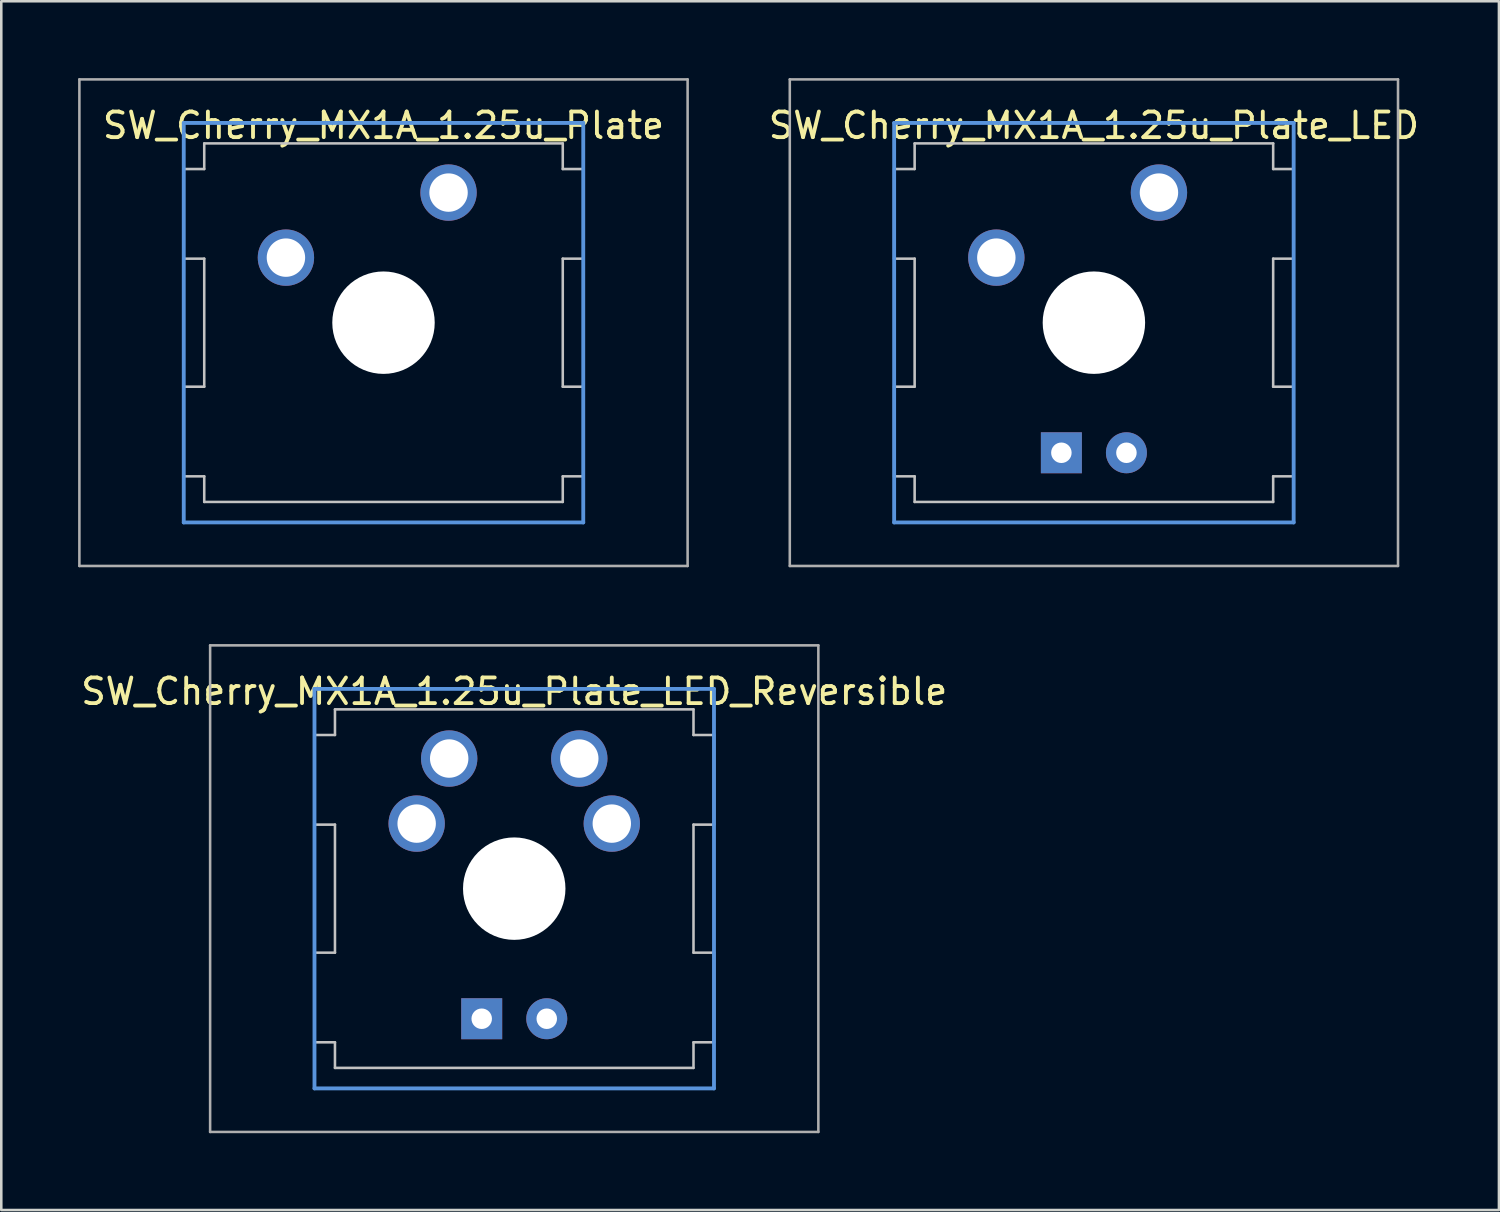
<source format=kicad_pcb>
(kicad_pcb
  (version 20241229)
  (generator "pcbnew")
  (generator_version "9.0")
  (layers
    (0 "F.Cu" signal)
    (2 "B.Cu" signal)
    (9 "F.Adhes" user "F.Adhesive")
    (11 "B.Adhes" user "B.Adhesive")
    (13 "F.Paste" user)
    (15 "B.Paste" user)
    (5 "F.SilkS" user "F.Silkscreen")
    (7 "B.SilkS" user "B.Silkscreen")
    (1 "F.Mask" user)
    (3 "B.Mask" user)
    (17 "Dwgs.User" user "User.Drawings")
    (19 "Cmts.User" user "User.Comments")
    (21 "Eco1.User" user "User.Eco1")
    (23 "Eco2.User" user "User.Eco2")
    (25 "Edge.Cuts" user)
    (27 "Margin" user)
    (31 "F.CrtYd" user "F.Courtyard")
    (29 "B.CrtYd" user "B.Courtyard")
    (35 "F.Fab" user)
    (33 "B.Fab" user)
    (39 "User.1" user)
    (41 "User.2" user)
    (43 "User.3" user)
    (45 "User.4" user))
  (footprint "SW_Cherry_MX1A_1.25u_Plate"
    (layer "F.Cu")
    (at 11.925 9.55)
    (property "Reference" "SW_Cherry_MX1A_1.25u_Plate" (at 0 -7.7 0) (layer "F.SilkS") (effects (font (size 1 1) (thickness 0.15))))
    (attr through_hole)
    (fp_line (start -7.8 -6) (end -7 -6) (stroke (width 0.1) (type solid)) (layer "Dwgs.User"))
    (fp_line (start -7.8 -2.5) (end -7.8 -6) (stroke (width 0.1) (type solid)) (layer "Dwgs.User"))
    (fp_line (start -7.8 -2.5) (end -7 -2.5) (stroke (width 0.1) (type solid)) (layer "Dwgs.User"))
    (fp_line (start -7.8 2.5) (end -7 2.5) (stroke (width 0.1) (type solid)) (layer "Dwgs.User"))
    (fp_line (start -7.8 6) (end -7.8 2.5) (stroke (width 0.1) (type solid)) (layer "Dwgs.User"))
    (fp_line (start -7.8 6) (end -7 6) (stroke (width 0.1) (type solid)) (layer "Dwgs.User"))
    (fp_line (start -7 -7) (end 7 -7) (stroke (width 0.1) (type solid)) (layer "Dwgs.User"))
    (fp_line (start -7 -6) (end -7 -7) (stroke (width 0.1) (type solid)) (layer "Dwgs.User"))
    (fp_line (start -7 -2.5) (end -7 2.5) (stroke (width 0.1) (type solid)) (layer "Dwgs.User"))
    (fp_line (start -7 7) (end -7 6) (stroke (width 0.1) (type solid)) (layer "Dwgs.User"))
    (fp_line (start -7 7) (end 7 7) (stroke (width 0.1) (type solid)) (layer "Dwgs.User"))
    (fp_line (start 7 -6) (end 7 -7) (stroke (width 0.1) (type solid)) (layer "Dwgs.User"))
    (fp_line (start 7 -6) (end 7.8 -6) (stroke (width 0.1) (type solid)) (layer "Dwgs.User"))
    (fp_line (start 7 -2.5) (end 7 2.5) (stroke (width 0.1) (type solid)) (layer "Dwgs.User"))
    (fp_line (start 7 -2.5) (end 7.8 -2.5) (stroke (width 0.1) (type solid)) (layer "Dwgs.User"))
    (fp_line (start 7 2.5) (end 7.8 2.5) (stroke (width 0.1) (type solid)) (layer "Dwgs.User"))
    (fp_line (start 7 6) (end 7.8 6) (stroke (width 0.1) (type solid)) (layer "Dwgs.User"))
    (fp_line (start 7 7) (end 7 6) (stroke (width 0.1) (type solid)) (layer "Dwgs.User"))
    (fp_line (start 7.8 -2.5) (end 7.8 -6) (stroke (width 0.1) (type solid)) (layer "Dwgs.User"))
    (fp_line (start 7.8 6) (end 7.8 2.5) (stroke (width 0.1) (type solid)) (layer "Dwgs.User"))
    (fp_line (start -7.8 -7.8) (end 7.8 -7.8) (stroke (width 0.15) (type solid)) (layer "Cmts.User"))
    (fp_line (start -7.8 7.8) (end -7.8 -7.8) (stroke (width 0.15) (type solid)) (layer "Cmts.User"))
    (fp_line (start 7.8 -7.8) (end 7.8 7.8) (stroke (width 0.15) (type solid)) (layer "Cmts.User"))
    (fp_line (start 7.8 7.8) (end -7.8 7.8) (stroke (width 0.15) (type solid)) (layer "Cmts.User"))
    (fp_line (start -11.875 -9.5) (end 11.875 -9.5) (stroke (width 0.1) (type solid)) (layer "F.Fab"))
    (fp_line (start -11.875 9.5) (end -11.875 -9.5) (stroke (width 0.1) (type solid)) (layer "F.Fab"))
    (fp_line (start 11.875 -9.5) (end 11.875 9.5) (stroke (width 0.1) (type solid)) (layer "F.Fab"))
    (fp_line (start 11.875 9.5) (end -11.875 9.5) (stroke (width 0.1) (type solid)) (layer "F.Fab"))
    (pad "" np_thru_hole circle (at 0 0) (size 4 4) (drill 4) (layers "*.Cu" "*.Mask"))
    (pad "1" thru_hole circle (at -3.81 -2.54) (size 2.2 2.2) (drill 1.5) (layers "*.Cu" "*.Mask"))
    (pad "2" thru_hole circle (at 2.54 -5.08) (size 2.2 2.2) (drill 1.5) (layers "*.Cu" "*.Mask")))
  (footprint "SW_Cherry_MX1A_1.25u_Plate_LED"
    (layer "F.Cu")
    (at 39.665 9.55)
    (property "Reference" "SW_Cherry_MX1A_1.25u_Plate_LED" (at 0 -7.7 0) (layer "F.SilkS") (effects (font (size 1 1) (thickness 0.15))))
    (attr through_hole)
    (fp_line (start -7.8 -6) (end -7 -6) (stroke (width 0.1) (type solid)) (layer "Dwgs.User"))
    (fp_line (start -7.8 -2.5) (end -7.8 -6) (stroke (width 0.1) (type solid)) (layer "Dwgs.User"))
    (fp_line (start -7.8 -2.5) (end -7 -2.5) (stroke (width 0.1) (type solid)) (layer "Dwgs.User"))
    (fp_line (start -7.8 2.5) (end -7 2.5) (stroke (width 0.1) (type solid)) (layer "Dwgs.User"))
    (fp_line (start -7.8 6) (end -7.8 2.5) (stroke (width 0.1) (type solid)) (layer "Dwgs.User"))
    (fp_line (start -7.8 6) (end -7 6) (stroke (width 0.1) (type solid)) (layer "Dwgs.User"))
    (fp_line (start -7 -7) (end 7 -7) (stroke (width 0.1) (type solid)) (layer "Dwgs.User"))
    (fp_line (start -7 -6) (end -7 -7) (stroke (width 0.1) (type solid)) (layer "Dwgs.User"))
    (fp_line (start -7 -2.5) (end -7 2.5) (stroke (width 0.1) (type solid)) (layer "Dwgs.User"))
    (fp_line (start -7 7) (end -7 6) (stroke (width 0.1) (type solid)) (layer "Dwgs.User"))
    (fp_line (start -7 7) (end 7 7) (stroke (width 0.1) (type solid)) (layer "Dwgs.User"))
    (fp_line (start 7 -6) (end 7 -7) (stroke (width 0.1) (type solid)) (layer "Dwgs.User"))
    (fp_line (start 7 -6) (end 7.8 -6) (stroke (width 0.1) (type solid)) (layer "Dwgs.User"))
    (fp_line (start 7 -2.5) (end 7 2.5) (stroke (width 0.1) (type solid)) (layer "Dwgs.User"))
    (fp_line (start 7 -2.5) (end 7.8 -2.5) (stroke (width 0.1) (type solid)) (layer "Dwgs.User"))
    (fp_line (start 7 2.5) (end 7.8 2.5) (stroke (width 0.1) (type solid)) (layer "Dwgs.User"))
    (fp_line (start 7 6) (end 7.8 6) (stroke (width 0.1) (type solid)) (layer "Dwgs.User"))
    (fp_line (start 7 7) (end 7 6) (stroke (width 0.1) (type solid)) (layer "Dwgs.User"))
    (fp_line (start 7.8 -2.5) (end 7.8 -6) (stroke (width 0.1) (type solid)) (layer "Dwgs.User"))
    (fp_line (start 7.8 6) (end 7.8 2.5) (stroke (width 0.1) (type solid)) (layer "Dwgs.User"))
    (fp_line (start -7.8 -7.8) (end 7.8 -7.8) (stroke (width 0.15) (type solid)) (layer "Cmts.User"))
    (fp_line (start -7.8 7.8) (end -7.8 -7.8) (stroke (width 0.15) (type solid)) (layer "Cmts.User"))
    (fp_line (start 7.8 -7.8) (end 7.8 7.8) (stroke (width 0.15) (type solid)) (layer "Cmts.User"))
    (fp_line (start 7.8 7.8) (end -7.8 7.8) (stroke (width 0.15) (type solid)) (layer "Cmts.User"))
    (fp_line (start -11.875 -9.5) (end 11.875 -9.5) (stroke (width 0.1) (type solid)) (layer "F.Fab"))
    (fp_line (start -11.875 9.5) (end -11.875 -9.5) (stroke (width 0.1) (type solid)) (layer "F.Fab"))
    (fp_line (start 11.875 -9.5) (end 11.875 9.5) (stroke (width 0.1) (type solid)) (layer "F.Fab"))
    (fp_line (start 11.875 9.5) (end -11.875 9.5) (stroke (width 0.1) (type solid)) (layer "F.Fab"))
    (pad "" np_thru_hole circle (at 0 0) (size 4 4) (drill 4) (layers "*.Cu" "*.Mask"))
    (pad "1" thru_hole circle (at -3.81 -2.54) (size 2.2 2.2) (drill 1.5) (layers "*.Cu" "*.Mask"))
    (pad "2" thru_hole rect (at -1.27 5.08) (size 1.6 1.6) (drill 0.8) (layers "*.Cu" "*.Mask"))
    (pad "3" thru_hole circle (at 1.27 5.08) (size 1.6 1.6) (drill 0.8) (layers "*.Cu" "*.Mask"))
    (pad "4" thru_hole circle (at 2.54 -5.08) (size 2.2 2.2) (drill 1.5) (layers "*.Cu" "*.Mask")))
  (footprint "SW_Cherry_MX1A_1.25u_Plate_LED_Reversible"
    (layer "F.Cu")
    (at 17.03 31.65)
    (property "Reference" "SW_Cherry_MX1A_1.25u_Plate_LED_Reversible" (at 0 -7.7 0) (layer "F.SilkS") (effects (font (size 1 1) (thickness 0.15))))
    (attr through_hole)
    (fp_line (start -7.8 -6) (end -7 -6) (stroke (width 0.1) (type solid)) (layer "Dwgs.User"))
    (fp_line (start -7.8 -2.5) (end -7.8 -6) (stroke (width 0.1) (type solid)) (layer "Dwgs.User"))
    (fp_line (start -7.8 -2.5) (end -7 -2.5) (stroke (width 0.1) (type solid)) (layer "Dwgs.User"))
    (fp_line (start -7.8 2.5) (end -7 2.5) (stroke (width 0.1) (type solid)) (layer "Dwgs.User"))
    (fp_line (start -7.8 6) (end -7.8 2.5) (stroke (width 0.1) (type solid)) (layer "Dwgs.User"))
    (fp_line (start -7.8 6) (end -7 6) (stroke (width 0.1) (type solid)) (layer "Dwgs.User"))
    (fp_line (start -7 -7) (end 7 -7) (stroke (width 0.1) (type solid)) (layer "Dwgs.User"))
    (fp_line (start -7 -6) (end -7 -7) (stroke (width 0.1) (type solid)) (layer "Dwgs.User"))
    (fp_line (start -7 -2.5) (end -7 2.5) (stroke (width 0.1) (type solid)) (layer "Dwgs.User"))
    (fp_line (start -7 7) (end -7 6) (stroke (width 0.1) (type solid)) (layer "Dwgs.User"))
    (fp_line (start -7 7) (end 7 7) (stroke (width 0.1) (type solid)) (layer "Dwgs.User"))
    (fp_line (start 7 -6) (end 7 -7) (stroke (width 0.1) (type solid)) (layer "Dwgs.User"))
    (fp_line (start 7 -6) (end 7.8 -6) (stroke (width 0.1) (type solid)) (layer "Dwgs.User"))
    (fp_line (start 7 -2.5) (end 7 2.5) (stroke (width 0.1) (type solid)) (layer "Dwgs.User"))
    (fp_line (start 7 -2.5) (end 7.8 -2.5) (stroke (width 0.1) (type solid)) (layer "Dwgs.User"))
    (fp_line (start 7 2.5) (end 7.8 2.5) (stroke (width 0.1) (type solid)) (layer "Dwgs.User"))
    (fp_line (start 7 6) (end 7.8 6) (stroke (width 0.1) (type solid)) (layer "Dwgs.User"))
    (fp_line (start 7 7) (end 7 6) (stroke (width 0.1) (type solid)) (layer "Dwgs.User"))
    (fp_line (start 7.8 -2.5) (end 7.8 -6) (stroke (width 0.1) (type solid)) (layer "Dwgs.User"))
    (fp_line (start 7.8 6) (end 7.8 2.5) (stroke (width 0.1) (type solid)) (layer "Dwgs.User"))
    (fp_line (start -7.8 -7.8) (end 7.8 -7.8) (stroke (width 0.15) (type solid)) (layer "Cmts.User"))
    (fp_line (start -7.8 7.8) (end -7.8 -7.8) (stroke (width 0.15) (type solid)) (layer "Cmts.User"))
    (fp_line (start 7.8 -7.8) (end 7.8 7.8) (stroke (width 0.15) (type solid)) (layer "Cmts.User"))
    (fp_line (start 7.8 7.8) (end -7.8 7.8) (stroke (width 0.15) (type solid)) (layer "Cmts.User"))
    (fp_line (start -11.875 -9.5) (end 11.875 -9.5) (stroke (width 0.1) (type solid)) (layer "F.Fab"))
    (fp_line (start -11.875 9.5) (end -11.875 -9.5) (stroke (width 0.1) (type solid)) (layer "F.Fab"))
    (fp_line (start 11.875 -9.5) (end 11.875 9.5) (stroke (width 0.1) (type solid)) (layer "F.Fab"))
    (fp_line (start 11.875 9.5) (end -11.875 9.5) (stroke (width 0.1) (type solid)) (layer "F.Fab"))
    (pad "" np_thru_hole circle (at 0 0) (size 4 4) (drill 4) (layers "*.Cu" "*.Mask"))
    (pad "1" thru_hole circle (at -3.81 -2.54) (size 2.2 2.2) (drill 1.5) (layers "*.Cu" "*.Mask"))
    (pad "1" thru_hole circle (at -2.54 -5.08) (size 2.2 2.2) (drill 1.5) (layers "*.Cu" "*.Mask"))
    (pad "2" thru_hole circle (at 2.54 -5.08) (size 2.2 2.2) (drill 1.5) (layers "*.Cu" "*.Mask"))
    (pad "2" thru_hole circle (at 3.81 -2.54) (size 2.2 2.2) (drill 1.5) (layers "*.Cu" "*.Mask"))
    (pad "3" thru_hole rect (at -1.27 5.08) (size 1.6 1.6) (drill 0.8) (layers "*.Cu" "*.Mask"))
    (pad "4" thru_hole circle (at 1.27 5.08) (size 1.6 1.6) (drill 0.8) (layers "*.Cu" "*.Mask")))
  (gr_rect
    (start -3 -3)
    (end 55.481 44.2)
    (stroke (width 0.1) (type default))
    (fill no)
    (layer "Edge.Cuts")))
</source>
